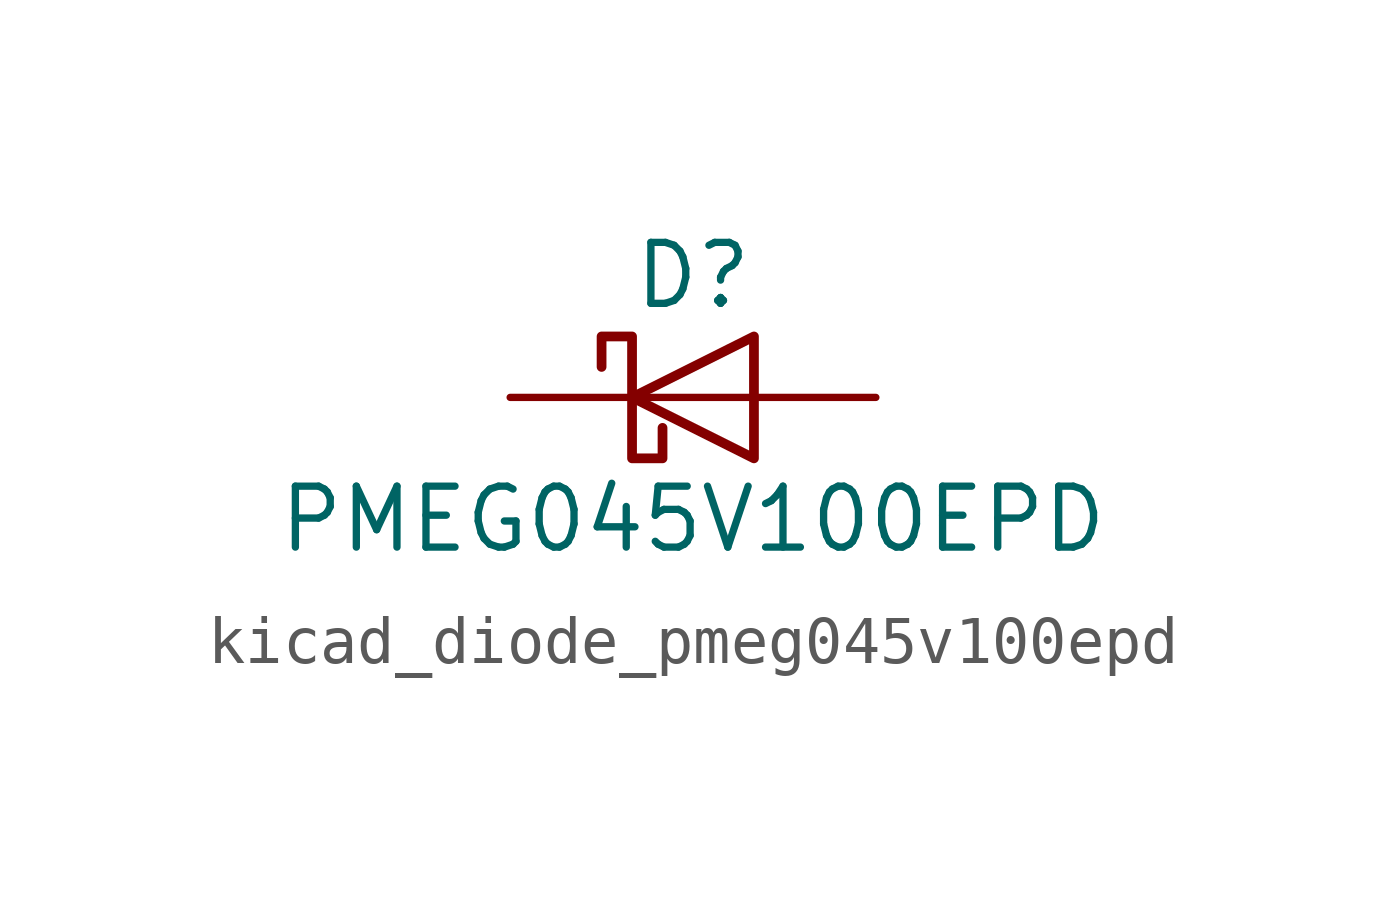
<source format=kicad_sym>
(kicad_symbol_lib
  (version 20220914)
  (generator kicad_symbol_editor)
  (symbol "kicad_diode_pmeg045v100epd"
    (pin_numbers hide)
    (pin_names hide)
    (property "Reference" "D"
      (at 0 2.54 0)
      (effects (font (size 1.27 1.27))))
    (property "Value" "PMEG045V100EPD"
      (at 0 -2.54 0)
      (effects (font (size 1.27 1.27))))
    (symbol "kicad_diode_pmeg045v100epd_0_1"
      (polyline (pts (xy 1.27 0) (xy -1.27 0)) (stroke (width 0) (type default)) (fill (type none)))
      (polyline (pts (xy 1.27 1.27) (xy 1.27 -1.27) (xy -1.27 0) (xy 1.27 1.27)) (stroke (width 0.203) (type default)) (fill (type none)))
      (polyline (pts (xy -1.905 0.635) (xy -1.905 1.27) (xy -1.27 1.27) (xy -1.27 -1.27) (xy -0.635 -1.27) (xy -0.635 -0.635)) (stroke (width 0.203) (type default)) (fill (type none))))
    (symbol "kicad_diode_pmeg045v100epd_1_1"
      (pin passive line (at 3.81 0 180) (length 2.54) (name "A" (effects (font (size 1.27 1.27)))) (number "1" (effects (font (size 1.27 1.27)))))
      (pin passive line (at 3.81 0 180) (length 2.54) hide (name "A" (effects (font (size 1.27 1.27)))) (number "2" (effects (font (size 1.27 1.27)))))
      (pin passive line (at -3.81 0 0) (length 2.54) (name "K" (effects (font (size 1.27 1.27)))) (number "3" (effects (font (size 1.27 1.27))))))))
</source>
